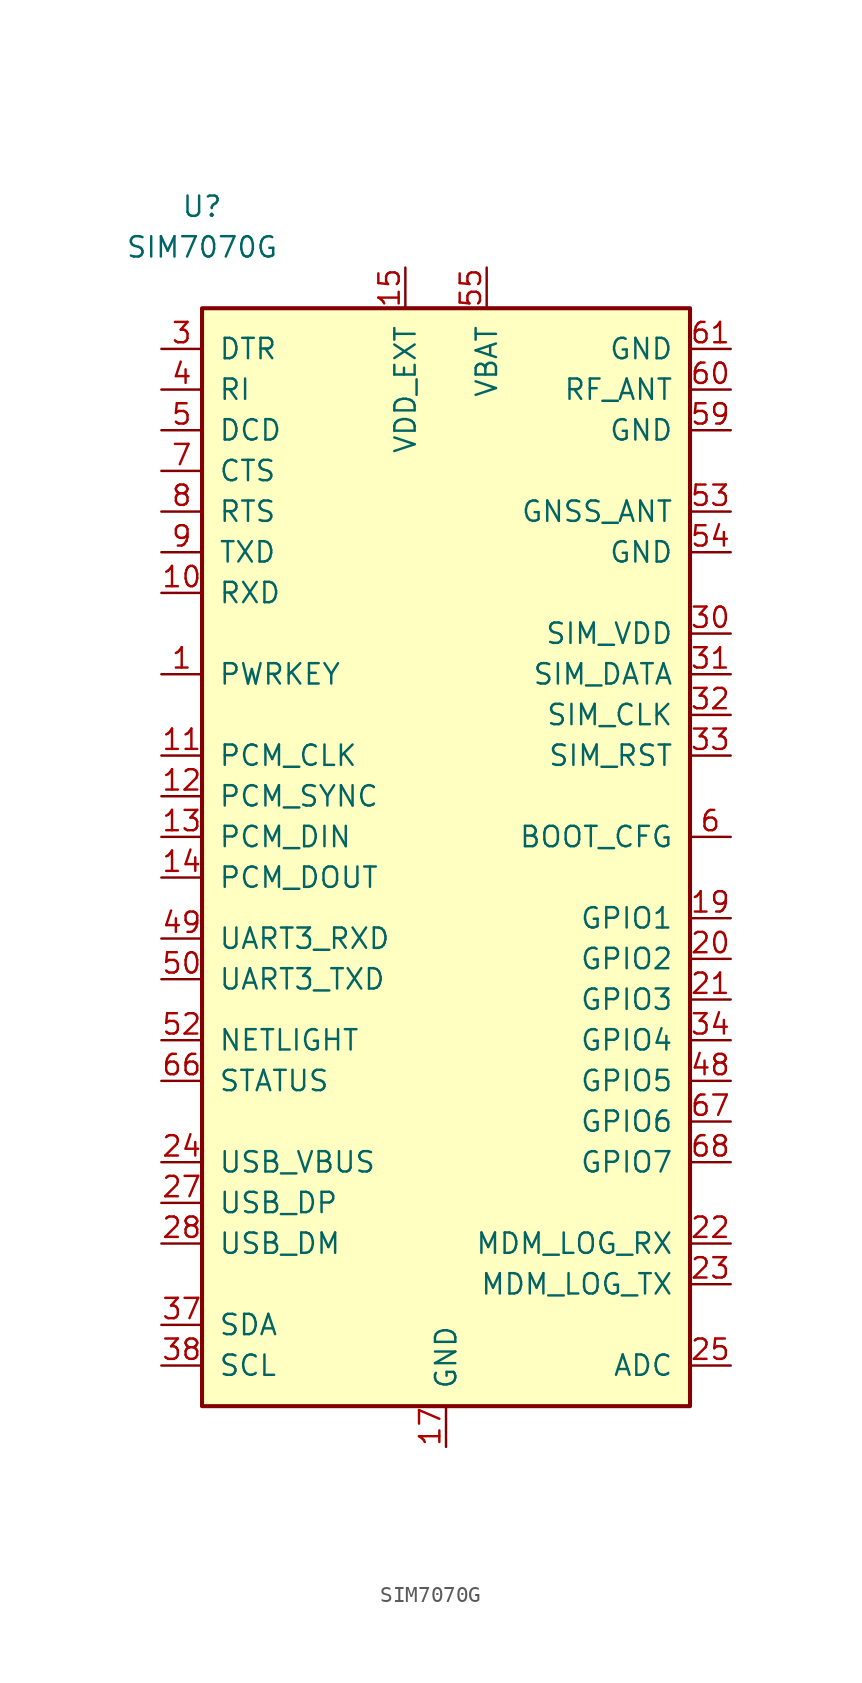
<source format=kicad_sym>
(kicad_symbol_lib
  (version 20201005)
  (generator kicad_symbol_editor)
  (symbol "SIM7070G"
    (pin_names
      (offset 1.016))
    (property "Reference" "U"
      (at -15.24 44.45 0)
      (effects (font (size 1.27 1.27))))
    (property "Value" "SIM7070G"
      (at -15.24 41.91 0)
      (effects (font (size 1.27 1.27))))
    (symbol "SIM7070G_1_1"
      (rectangle (start -15.24 38.1) (end 15.24 -30.48) (stroke (width 0.254)) (fill (type background)))
      (pin input line (at -17.78 15.24 0) (length 2.54) (name "PWRKEY" (effects (font (size 1.27 1.27)))) (number "1" (effects (font (size 1.27 1.27)))))
      (pin input line (at -17.78 20.32 0) (length 2.54) (name "RXD" (effects (font (size 1.27 1.27)))) (number "10" (effects (font (size 1.27 1.27)))))
      (pin output line (at -17.78 10.16 0) (length 2.54) (name "PCM_CLK" (effects (font (size 1.27 1.27)))) (number "11" (effects (font (size 1.27 1.27)))))
      (pin output line (at -17.78 7.62 0) (length 2.54) (name "PCM_SYNC" (effects (font (size 1.27 1.27)))) (number "12" (effects (font (size 1.27 1.27)))))
      (pin input line (at -17.78 5.08 0) (length 2.54) (name "PCM_DIN" (effects (font (size 1.27 1.27)))) (number "13" (effects (font (size 1.27 1.27)))))
      (pin output line (at -17.78 2.54 0) (length 2.54) (name "PCM_DOUT" (effects (font (size 1.27 1.27)))) (number "14" (effects (font (size 1.27 1.27)))))
      (pin power_out line (at -2.54 40.64 270) (length 2.54) (name "VDD_EXT" (effects (font (size 1.27 1.27)))) (number "15" (effects (font (size 1.27 1.27)))))
      (pin no_connect line (at 6.35 40.64 270) (length 2.54) hide (name "NC" (effects (font (size 1.27 1.27)))) (number "16" (effects (font (size 1.27 1.27)))))
      (pin power_in line (at 0 -33.02 90) (length 2.54) (name "GND" (effects (font (size 1.27 1.27)))) (number "17" (effects (font (size 1.27 1.27)))))
      (pin passive line (at 0 -33.02 90) (length 2.54) hide (name "GND" (effects (font (size 1.27 1.27)))) (number "18" (effects (font (size 1.27 1.27)))))
      (pin bidirectional line (at 17.78 0 180) (length 2.54) (name "GPIO1" (effects (font (size 1.27 1.27)))) (number "19" (effects (font (size 1.27 1.27)))))
      (pin power_in line (at 0 -33.02 90) (length 2.54) hide (name "GND" (effects (font (size 1.27 1.27)))) (number "2" (effects (font (size 1.27 1.27)))))
      (pin bidirectional line (at 17.78 -2.54 180) (length 2.54) (name "GPIO2" (effects (font (size 1.27 1.27)))) (number "20" (effects (font (size 1.27 1.27)))))
      (pin bidirectional line (at 17.78 -5.08 180) (length 2.54) (name "GPIO3" (effects (font (size 1.27 1.27)))) (number "21" (effects (font (size 1.27 1.27)))))
      (pin input line (at 17.78 -20.32 180) (length 2.54) (name "MDM_LOG_RX" (effects (font (size 1.27 1.27)))) (number "22" (effects (font (size 1.27 1.27)))))
      (pin output line (at 17.78 -22.86 180) (length 2.54) (name "MDM_LOG_TX" (effects (font (size 1.27 1.27)))) (number "23" (effects (font (size 1.27 1.27)))))
      (pin power_in line (at -17.78 -15.24 0) (length 2.54) (name "USB_VBUS" (effects (font (size 1.27 1.27)))) (number "24" (effects (font (size 1.27 1.27)))))
      (pin input line (at 17.78 -27.94 180) (length 2.54) (name "ADC" (effects (font (size 1.27 1.27)))) (number "25" (effects (font (size 1.27 1.27)))))
      (pin no_connect line (at 6.35 40.64 270) (length 2.54) hide (name "NC" (effects (font (size 1.27 1.27)))) (number "26" (effects (font (size 1.27 1.27)))))
      (pin bidirectional line (at -17.78 -17.78 0) (length 2.54) (name "USB_DP" (effects (font (size 1.27 1.27)))) (number "27" (effects (font (size 1.27 1.27)))))
      (pin bidirectional line (at -17.78 -20.32 0) (length 2.54) (name "USB_DM" (effects (font (size 1.27 1.27)))) (number "28" (effects (font (size 1.27 1.27)))))
      (pin passive line (at 0 -33.02 90) (length 2.54) hide (name "GND" (effects (font (size 1.27 1.27)))) (number "29" (effects (font (size 1.27 1.27)))))
      (pin input line (at -17.78 35.56 0) (length 2.54) (name "DTR" (effects (font (size 1.27 1.27)))) (number "3" (effects (font (size 1.27 1.27)))))
      (pin power_out line (at 17.78 17.78 180) (length 2.54) (name "SIM_VDD" (effects (font (size 1.27 1.27)))) (number "30" (effects (font (size 1.27 1.27)))))
      (pin bidirectional line (at 17.78 15.24 180) (length 2.54) (name "SIM_DATA" (effects (font (size 1.27 1.27)))) (number "31" (effects (font (size 1.27 1.27)))))
      (pin output line (at 17.78 12.7 180) (length 2.54) (name "SIM_CLK" (effects (font (size 1.27 1.27)))) (number "32" (effects (font (size 1.27 1.27)))))
      (pin output line (at 17.78 10.16 180) (length 2.54) (name "SIM_RST" (effects (font (size 1.27 1.27)))) (number "33" (effects (font (size 1.27 1.27)))))
      (pin bidirectional line (at 17.78 -7.62 180) (length 2.54) (name "GPIO4" (effects (font (size 1.27 1.27)))) (number "34" (effects (font (size 1.27 1.27)))))
      (pin no_connect line (at 6.35 40.64 270) (length 2.54) hide (name "NC" (effects (font (size 1.27 1.27)))) (number "35" (effects (font (size 1.27 1.27)))))
      (pin no_connect line (at 6.35 40.64 270) (length 2.54) hide (name "NC" (effects (font (size 1.27 1.27)))) (number "36" (effects (font (size 1.27 1.27)))))
      (pin bidirectional line (at -17.78 -25.4 0) (length 2.54) (name "SDA" (effects (font (size 1.27 1.27)))) (number "37" (effects (font (size 1.27 1.27)))))
      (pin output line (at -17.78 -27.94 0) (length 2.54) (name "SCL" (effects (font (size 1.27 1.27)))) (number "38" (effects (font (size 1.27 1.27)))))
      (pin passive line (at 0 -33.02 90) (length 2.54) hide (name "GND" (effects (font (size 1.27 1.27)))) (number "39" (effects (font (size 1.27 1.27)))))
      (pin output line (at -17.78 33.02 0) (length 2.54) (name "RI" (effects (font (size 1.27 1.27)))) (number "4" (effects (font (size 1.27 1.27)))))
      (pin no_connect line (at 6.35 40.64 270) (length 2.54) hide (name "NC" (effects (font (size 1.27 1.27)))) (number "40" (effects (font (size 1.27 1.27)))))
      (pin no_connect line (at 6.35 40.64 270) (length 2.54) hide (name "NC" (effects (font (size 1.27 1.27)))) (number "41" (effects (font (size 1.27 1.27)))))
      (pin no_connect line (at 6.35 40.64 270) (length 2.54) hide (name "NC" (effects (font (size 1.27 1.27)))) (number "42" (effects (font (size 1.27 1.27)))))
      (pin no_connect line (at 6.35 40.64 270) (length 2.54) hide (name "NC" (effects (font (size 1.27 1.27)))) (number "43" (effects (font (size 1.27 1.27)))))
      (pin no_connect line (at 6.35 40.64 270) (length 2.54) hide (name "NC" (effects (font (size 1.27 1.27)))) (number "44" (effects (font (size 1.27 1.27)))))
      (pin passive line (at 0 -33.02 90) (length 2.54) hide (name "GND" (effects (font (size 1.27 1.27)))) (number "45" (effects (font (size 1.27 1.27)))))
      (pin passive line (at 0 -33.02 90) (length 2.54) hide (name "GND" (effects (font (size 1.27 1.27)))) (number "46" (effects (font (size 1.27 1.27)))))
      (pin no_connect line (at 6.35 40.64 270) (length 2.54) hide (name "NC" (effects (font (size 1.27 1.27)))) (number "47" (effects (font (size 1.27 1.27)))))
      (pin bidirectional line (at 17.78 -10.16 180) (length 2.54) (name "GPIO5" (effects (font (size 1.27 1.27)))) (number "48" (effects (font (size 1.27 1.27)))))
      (pin input line (at -17.78 -1.27 0) (length 2.54) (name "UART3_RXD" (effects (font (size 1.27 1.27)))) (number "49" (effects (font (size 1.27 1.27)))))
      (pin output line (at -17.78 30.48 0) (length 2.54) (name "DCD" (effects (font (size 1.27 1.27)))) (number "5" (effects (font (size 1.27 1.27)))))
      (pin output line (at -17.78 -3.81 0) (length 2.54) (name "UART3_TXD" (effects (font (size 1.27 1.27)))) (number "50" (effects (font (size 1.27 1.27)))))
      (pin no_connect line (at 6.35 40.64 270) (length 2.54) hide (name "NC" (effects (font (size 1.27 1.27)))) (number "51" (effects (font (size 1.27 1.27)))))
      (pin output line (at -17.78 -7.62 0) (length 2.54) (name "NETLIGHT" (effects (font (size 1.27 1.27)))) (number "52" (effects (font (size 1.27 1.27)))))
      (pin bidirectional line (at 17.78 25.4 180) (length 2.54) (name "GNSS_ANT" (effects (font (size 1.27 1.27)))) (number "53" (effects (font (size 1.27 1.27)))))
      (pin passive line (at 17.78 22.86 180) (length 2.54) (name "GND" (effects (font (size 1.27 1.27)))) (number "54" (effects (font (size 1.27 1.27)))))
      (pin power_in line (at 2.54 40.64 270) (length 2.54) (name "VBAT" (effects (font (size 1.27 1.27)))) (number "55" (effects (font (size 1.27 1.27)))))
      (pin passive line (at 2.54 40.64 270) (length 2.54) hide (name "VBAT" (effects (font (size 1.27 1.27)))) (number "56" (effects (font (size 1.27 1.27)))))
      (pin passive line (at 2.54 40.64 270) (length 2.54) hide (name "VBAT" (effects (font (size 1.27 1.27)))) (number "57" (effects (font (size 1.27 1.27)))))
      (pin passive line (at 0 -33.02 90) (length 2.54) hide (name "GND" (effects (font (size 1.27 1.27)))) (number "58" (effects (font (size 1.27 1.27)))))
      (pin passive line (at 17.78 30.48 180) (length 2.54) (name "GND" (effects (font (size 1.27 1.27)))) (number "59" (effects (font (size 1.27 1.27)))))
      (pin input line (at 17.78 5.08 180) (length 2.54) (name "BOOT_CFG" (effects (font (size 1.27 1.27)))) (number "6" (effects (font (size 1.27 1.27)))))
      (pin passive line (at 17.78 33.02 180) (length 2.54) (name "RF_ANT" (effects (font (size 1.27 1.27)))) (number "60" (effects (font (size 1.27 1.27)))))
      (pin passive line (at 17.78 35.56 180) (length 2.54) (name "GND" (effects (font (size 1.27 1.27)))) (number "61" (effects (font (size 1.27 1.27)))))
      (pin passive line (at 0 -33.02 90) (length 2.54) hide (name "GND" (effects (font (size 1.27 1.27)))) (number "62" (effects (font (size 1.27 1.27)))))
      (pin passive line (at 0 -33.02 90) (length 2.54) hide (name "GND" (effects (font (size 1.27 1.27)))) (number "63" (effects (font (size 1.27 1.27)))))
      (pin passive line (at 0 -33.02 90) (length 2.54) hide (name "GND" (effects (font (size 1.27 1.27)))) (number "64" (effects (font (size 1.27 1.27)))))
      (pin passive line (at 0 -33.02 90) (length 2.54) hide (name "GND" (effects (font (size 1.27 1.27)))) (number "65" (effects (font (size 1.27 1.27)))))
      (pin output line (at -17.78 -10.16 0) (length 2.54) (name "STATUS" (effects (font (size 1.27 1.27)))) (number "66" (effects (font (size 1.27 1.27)))))
      (pin bidirectional line (at 17.78 -12.7 180) (length 2.54) (name "GPIO6" (effects (font (size 1.27 1.27)))) (number "67" (effects (font (size 1.27 1.27)))))
      (pin bidirectional line (at 17.78 -15.24 180) (length 2.54) (name "GPIO7" (effects (font (size 1.27 1.27)))) (number "68" (effects (font (size 1.27 1.27)))))
      (pin output line (at -17.78 27.94 0) (length 2.54) (name "CTS" (effects (font (size 1.27 1.27)))) (number "7" (effects (font (size 1.27 1.27)))))
      (pin input line (at -17.78 25.4 0) (length 2.54) (name "RTS" (effects (font (size 1.27 1.27)))) (number "8" (effects (font (size 1.27 1.27)))))
      (pin output line (at -17.78 22.86 0) (length 2.54) (name "TXD" (effects (font (size 1.27 1.27)))) (number "9" (effects (font (size 1.27 1.27))))))))
</source>
